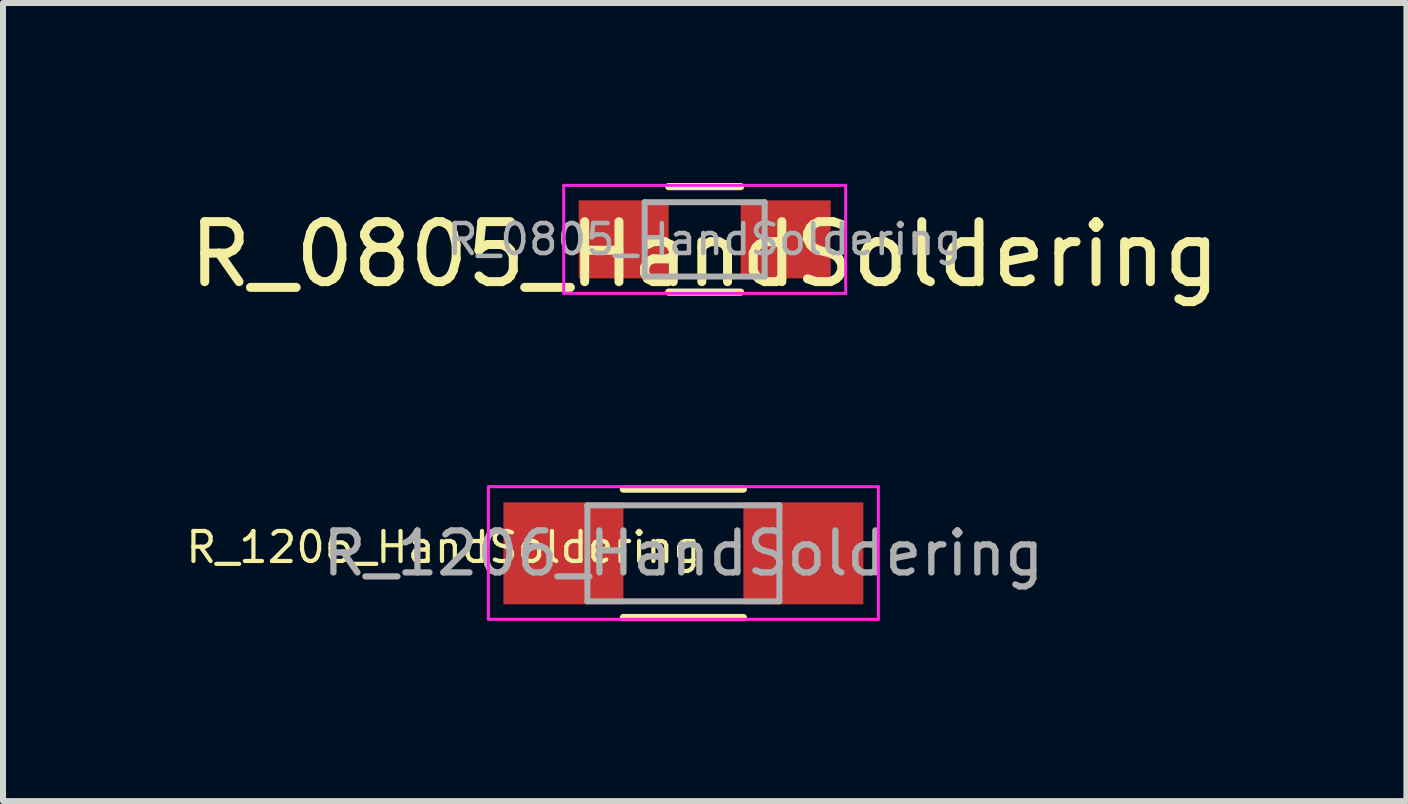
<source format=kicad_pcb>
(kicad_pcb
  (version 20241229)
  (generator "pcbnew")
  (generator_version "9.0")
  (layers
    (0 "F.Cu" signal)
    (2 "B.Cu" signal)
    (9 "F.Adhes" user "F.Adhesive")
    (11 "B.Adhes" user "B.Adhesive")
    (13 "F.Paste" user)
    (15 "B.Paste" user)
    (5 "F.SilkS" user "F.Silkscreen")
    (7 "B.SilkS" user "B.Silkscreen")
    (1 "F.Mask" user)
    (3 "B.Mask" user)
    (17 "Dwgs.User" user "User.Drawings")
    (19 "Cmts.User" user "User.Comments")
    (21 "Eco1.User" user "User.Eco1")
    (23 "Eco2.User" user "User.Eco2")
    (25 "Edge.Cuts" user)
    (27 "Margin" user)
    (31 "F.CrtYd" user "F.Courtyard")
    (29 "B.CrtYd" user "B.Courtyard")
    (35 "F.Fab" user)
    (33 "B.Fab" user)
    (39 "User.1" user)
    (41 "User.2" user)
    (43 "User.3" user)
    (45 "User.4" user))
  (footprint "R_1206_HandSoldering"
    (layer "F.Cu")
    (at 8.341 6.173)
    (property "Reference" "R_1206_HandSoldering" (at -4 -0.1 0) (layer "F.SilkS") (effects (font (size 0.5 0.5) (thickness 0.07))))
    (attr smd)
    (fp_line (start -1 -1.07) (end 1 -1.07) (stroke (width 0.12) (type solid)) (layer "F.SilkS"))
    (fp_line (start 1 1.07) (end -1 1.07) (stroke (width 0.12) (type solid)) (layer "F.SilkS"))
    (fp_line (start -3.25 -1.11) (end -3.25 1.1) (stroke (width 0.05) (type solid)) (layer "F.CrtYd"))
    (fp_line (start -3.25 -1.11) (end 3.25 -1.11) (stroke (width 0.05) (type solid)) (layer "F.CrtYd"))
    (fp_line (start 3.25 1.1) (end -3.25 1.1) (stroke (width 0.05) (type solid)) (layer "F.CrtYd"))
    (fp_line (start 3.25 1.1) (end 3.25 -1.11) (stroke (width 0.05) (type solid)) (layer "F.CrtYd"))
    (fp_line (start -1.6 -0.8) (end 1.6 -0.8) (stroke (width 0.1) (type solid)) (layer "F.Fab"))
    (fp_line (start -1.6 0.8) (end -1.6 -0.8) (stroke (width 0.1) (type solid)) (layer "F.Fab"))
    (fp_line (start 1.6 -0.8) (end 1.6 0.8) (stroke (width 0.1) (type solid)) (layer "F.Fab"))
    (fp_line (start 1.6 0.8) (end -1.6 0.8) (stroke (width 0.1) (type solid)) (layer "F.Fab"))
    (fp_text user "${REFERENCE}" (at 0 0 0) (layer "F.Fab") (effects (font (size 0.7 0.7) (thickness 0.105))))
    (pad "1" smd rect (at -2 0) (size 2 1.7) (layers "F.Cu" "F.Mask" "F.Paste"))
    (pad "2" smd rect (at 2 0) (size 2 1.7) (layers "F.Cu" "F.Mask" "F.Paste")))
  (footprint "R_0805_HandSoldering"
    (layer "F.Cu")
    (at 8.696 0.94)
    (property "Reference" "R_0805_HandSoldering" (at 0 0.25 0) (layer "F.SilkS") (effects (font (size 1 1) (thickness 0.15))))
    (attr smd)
    (fp_line (start -0.6 -0.88) (end 0.6 -0.88) (stroke (width 0.12) (type solid)) (layer "F.SilkS"))
    (fp_line (start 0.6 0.88) (end -0.6 0.88) (stroke (width 0.12) (type solid)) (layer "F.SilkS"))
    (fp_line (start -2.35 -0.9) (end -2.35 0.9) (stroke (width 0.05) (type solid)) (layer "F.CrtYd"))
    (fp_line (start -2.35 -0.9) (end 2.35 -0.9) (stroke (width 0.05) (type solid)) (layer "F.CrtYd"))
    (fp_line (start 2.35 0.9) (end -2.35 0.9) (stroke (width 0.05) (type solid)) (layer "F.CrtYd"))
    (fp_line (start 2.35 0.9) (end 2.35 -0.9) (stroke (width 0.05) (type solid)) (layer "F.CrtYd"))
    (fp_line (start -1 -0.62) (end 1 -0.62) (stroke (width 0.1) (type solid)) (layer "F.Fab"))
    (fp_line (start -1 0.62) (end -1 -0.62) (stroke (width 0.1) (type solid)) (layer "F.Fab"))
    (fp_line (start 1 -0.62) (end 1 0.62) (stroke (width 0.1) (type solid)) (layer "F.Fab"))
    (fp_line (start 1 0.62) (end -1 0.62) (stroke (width 0.1) (type solid)) (layer "F.Fab"))
    (fp_text user "${REFERENCE}" (at 0 0 0) (layer "F.Fab") (effects (font (size 0.5 0.5) (thickness 0.075))))
    (pad "1" smd rect (at -1.35 0) (size 1.5 1.3) (layers "F.Cu" "F.Mask" "F.Paste"))
    (pad "2" smd rect (at 1.35 0) (size 1.5 1.3) (layers "F.Cu" "F.Mask" "F.Paste")))
  (gr_rect
    (start -3 -3)
    (end 20.393 10.303)
    (stroke (width 0.1) (type default))
    (fill no)
    (layer "Edge.Cuts")))
</source>
